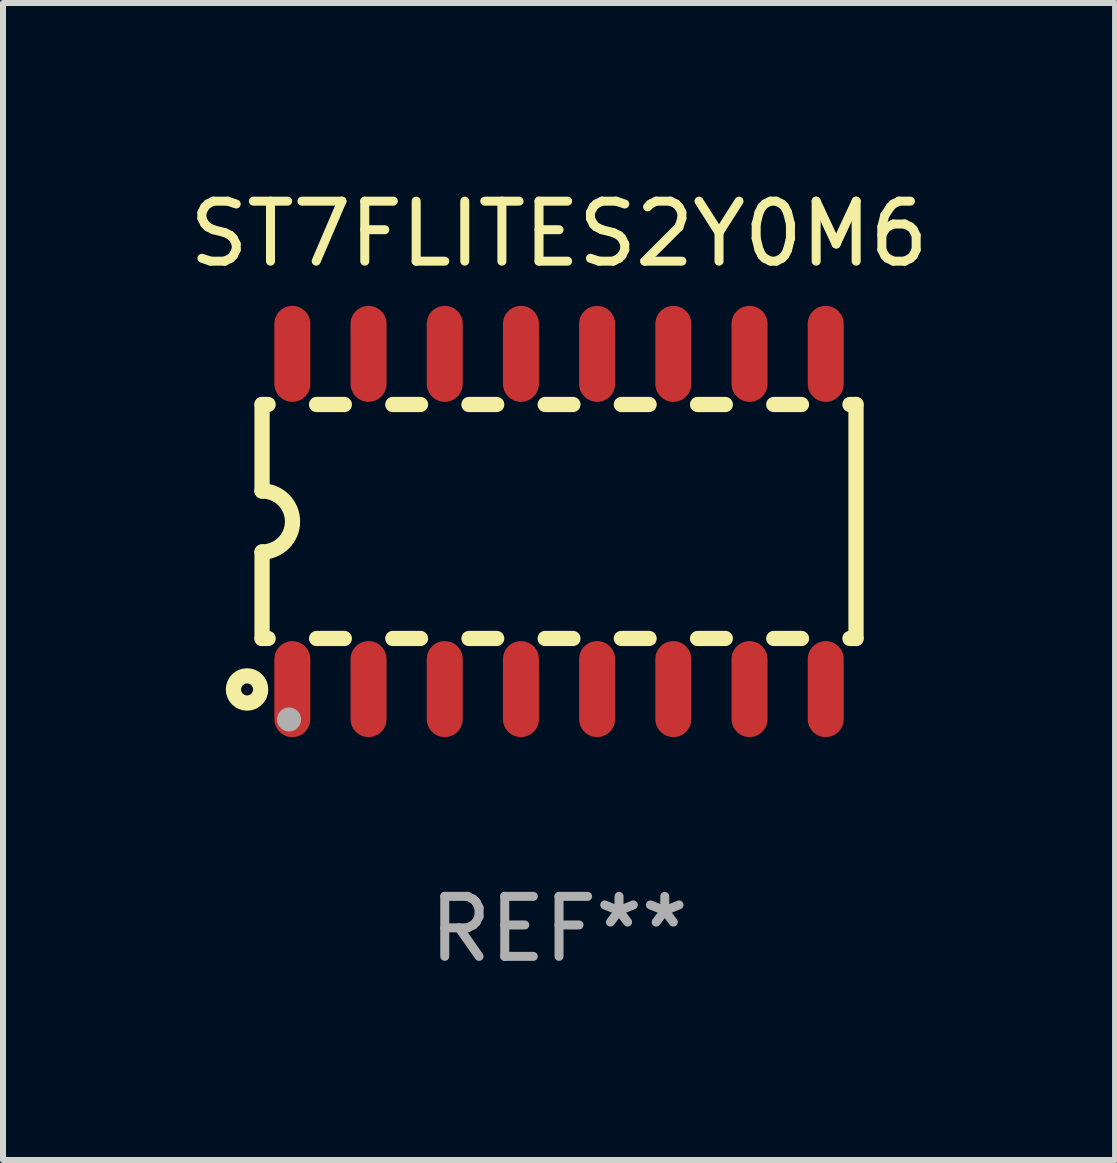
<source format=kicad_pcb>
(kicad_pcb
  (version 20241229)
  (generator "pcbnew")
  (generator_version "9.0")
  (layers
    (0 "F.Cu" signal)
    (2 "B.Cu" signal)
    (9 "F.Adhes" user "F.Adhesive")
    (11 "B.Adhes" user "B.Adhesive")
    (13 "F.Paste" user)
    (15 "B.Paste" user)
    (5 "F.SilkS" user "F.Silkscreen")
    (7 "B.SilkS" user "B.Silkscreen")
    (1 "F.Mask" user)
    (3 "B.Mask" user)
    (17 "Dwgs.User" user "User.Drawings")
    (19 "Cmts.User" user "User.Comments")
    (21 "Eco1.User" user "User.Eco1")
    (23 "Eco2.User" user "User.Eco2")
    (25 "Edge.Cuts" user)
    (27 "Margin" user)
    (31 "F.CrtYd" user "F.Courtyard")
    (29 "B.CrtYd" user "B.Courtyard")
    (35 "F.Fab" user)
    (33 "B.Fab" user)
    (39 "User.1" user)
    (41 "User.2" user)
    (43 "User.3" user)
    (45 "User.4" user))
  (footprint "ST7FLITES2Y0M6"
    (layer "F.Cu")
    (at 6.268 5.642)
    (property "Reference" "ST7FLITES2Y0M6" (at 0 -4.794 0) (layer "F.SilkS") (effects (font (size 1 1) (thickness 0.15))))
    (attr through_hole)
    (fp_line (start -4.95 -1.95) (end -4.95 -0.508) (stroke (width 0.254) (type solid)) (layer "F.SilkS"))
    (fp_line (start -4.95 -1.95) (end -4.849 -1.95) (stroke (width 0.254) (type solid)) (layer "F.SilkS"))
    (fp_line (start -4.95 1.95) (end -4.95 0.508) (stroke (width 0.254) (type solid)) (layer "F.SilkS"))
    (fp_line (start -4.95 1.95) (end -4.849 1.95) (stroke (width 0.254) (type solid)) (layer "F.SilkS"))
    (fp_line (start -4.041 -1.95) (end -3.579 -1.95) (stroke (width 0.254) (type solid)) (layer "F.SilkS"))
    (fp_line (start -4.041 1.95) (end -3.579 1.95) (stroke (width 0.254) (type solid)) (layer "F.SilkS"))
    (fp_line (start -2.771 -1.95) (end -2.309 -1.95) (stroke (width 0.254) (type solid)) (layer "F.SilkS"))
    (fp_line (start -2.771 1.95) (end -2.309 1.95) (stroke (width 0.254) (type solid)) (layer "F.SilkS"))
    (fp_line (start -1.501 -1.95) (end -1.039 -1.95) (stroke (width 0.254) (type solid)) (layer "F.SilkS"))
    (fp_line (start -1.501 1.95) (end -1.039 1.95) (stroke (width 0.254) (type solid)) (layer "F.SilkS"))
    (fp_line (start -0.231 -1.95) (end 0.231 -1.95) (stroke (width 0.254) (type solid)) (layer "F.SilkS"))
    (fp_line (start -0.231 1.95) (end 0.231 1.95) (stroke (width 0.254) (type solid)) (layer "F.SilkS"))
    (fp_line (start 1.039 -1.95) (end 1.501 -1.95) (stroke (width 0.254) (type solid)) (layer "F.SilkS"))
    (fp_line (start 1.039 1.95) (end 1.501 1.95) (stroke (width 0.254) (type solid)) (layer "F.SilkS"))
    (fp_line (start 2.309 -1.95) (end 2.771 -1.95) (stroke (width 0.254) (type solid)) (layer "F.SilkS"))
    (fp_line (start 2.309 1.95) (end 2.771 1.95) (stroke (width 0.254) (type solid)) (layer "F.SilkS"))
    (fp_line (start 3.579 -1.95) (end 4.041 -1.95) (stroke (width 0.254) (type solid)) (layer "F.SilkS"))
    (fp_line (start 3.579 1.95) (end 4.041 1.95) (stroke (width 0.254) (type solid)) (layer "F.SilkS"))
    (fp_line (start 4.849 -1.95) (end 4.95 -1.95) (stroke (width 0.254) (type solid)) (layer "F.SilkS"))
    (fp_line (start 4.849 1.95) (end 4.95 1.95) (stroke (width 0.254) (type solid)) (layer "F.SilkS"))
    (fp_line (start 4.95 -1.95) (end 4.95 1.95) (stroke (width 0.254) (type solid)) (layer "F.SilkS"))
    (fp_arc (start -4.95047 -0.508001) (mid -4.442469 -0.000228) (end -4.950013 0.508001) (stroke (width 0.254001) (type solid)) (layer "F.SilkS"))
    (fp_circle (center -5.2 2.8) (end -5.1 2.8) (stroke (width 0.254) (type solid)) (fill no) (layer "F.SilkS"))
    (fp_circle (center -4.95 2.947) (end -4.92 2.947) (stroke (width 0.06) (type solid)) (fill no) (layer "F.SilkS"))
    (fp_circle (center -4.5 3.3) (end -4.4 3.3) (stroke (width 0.2) (type solid)) (fill no) (layer "F.Fab"))
    (fp_text user "REF**" (at 0 6.794 0) (layer "F.Fab") (effects (font (size 1 1) (thickness 0.15))))
    (pad "1" smd oval (at -4.445 2.794) (size 0.6 1.6) (layers "F.Cu" "F.Mask" "F.Paste"))
    (pad "2" smd oval (at -3.175 2.794) (size 0.6 1.6) (layers "F.Cu" "F.Mask" "F.Paste"))
    (pad "3" smd oval (at -1.905 2.794) (size 0.6 1.6) (layers "F.Cu" "F.Mask" "F.Paste"))
    (pad "4" smd oval (at -0.635 2.794) (size 0.6 1.6) (layers "F.Cu" "F.Mask" "F.Paste"))
    (pad "5" smd oval (at 0.635 2.794) (size 0.6 1.6) (layers "F.Cu" "F.Mask" "F.Paste"))
    (pad "6" smd oval (at 1.905 2.794) (size 0.6 1.6) (layers "F.Cu" "F.Mask" "F.Paste"))
    (pad "7" smd oval (at 3.175 2.794) (size 0.6 1.6) (layers "F.Cu" "F.Mask" "F.Paste"))
    (pad "8" smd oval (at 4.445 2.794) (size 0.6 1.6) (layers "F.Cu" "F.Mask" "F.Paste"))
    (pad "9" smd oval (at 4.445 -2.794) (size 0.6 1.6) (layers "F.Cu" "F.Mask" "F.Paste"))
    (pad "10" smd oval (at 3.175 -2.794) (size 0.6 1.6) (layers "F.Cu" "F.Mask" "F.Paste"))
    (pad "11" smd oval (at 1.905 -2.794) (size 0.6 1.6) (layers "F.Cu" "F.Mask" "F.Paste"))
    (pad "12" smd oval (at 0.635 -2.794) (size 0.6 1.6) (layers "F.Cu" "F.Mask" "F.Paste"))
    (pad "13" smd oval (at -0.635 -2.794) (size 0.6 1.6) (layers "F.Cu" "F.Mask" "F.Paste"))
    (pad "14" smd oval (at -1.905 -2.794) (size 0.6 1.6) (layers "F.Cu" "F.Mask" "F.Paste"))
    (pad "15" smd oval (at -3.175 -2.794) (size 0.6 1.6) (layers "F.Cu" "F.Mask" "F.Paste"))
    (pad "16" smd oval (at -4.445 -2.794) (size 0.6 1.6) (layers "F.Cu" "F.Mask" "F.Paste")))
  (gr_rect
    (start -3 -3)
    (end 15.536 16.285)
    (stroke (width 0.1) (type default))
    (fill no)
    (layer "Edge.Cuts")))
</source>
